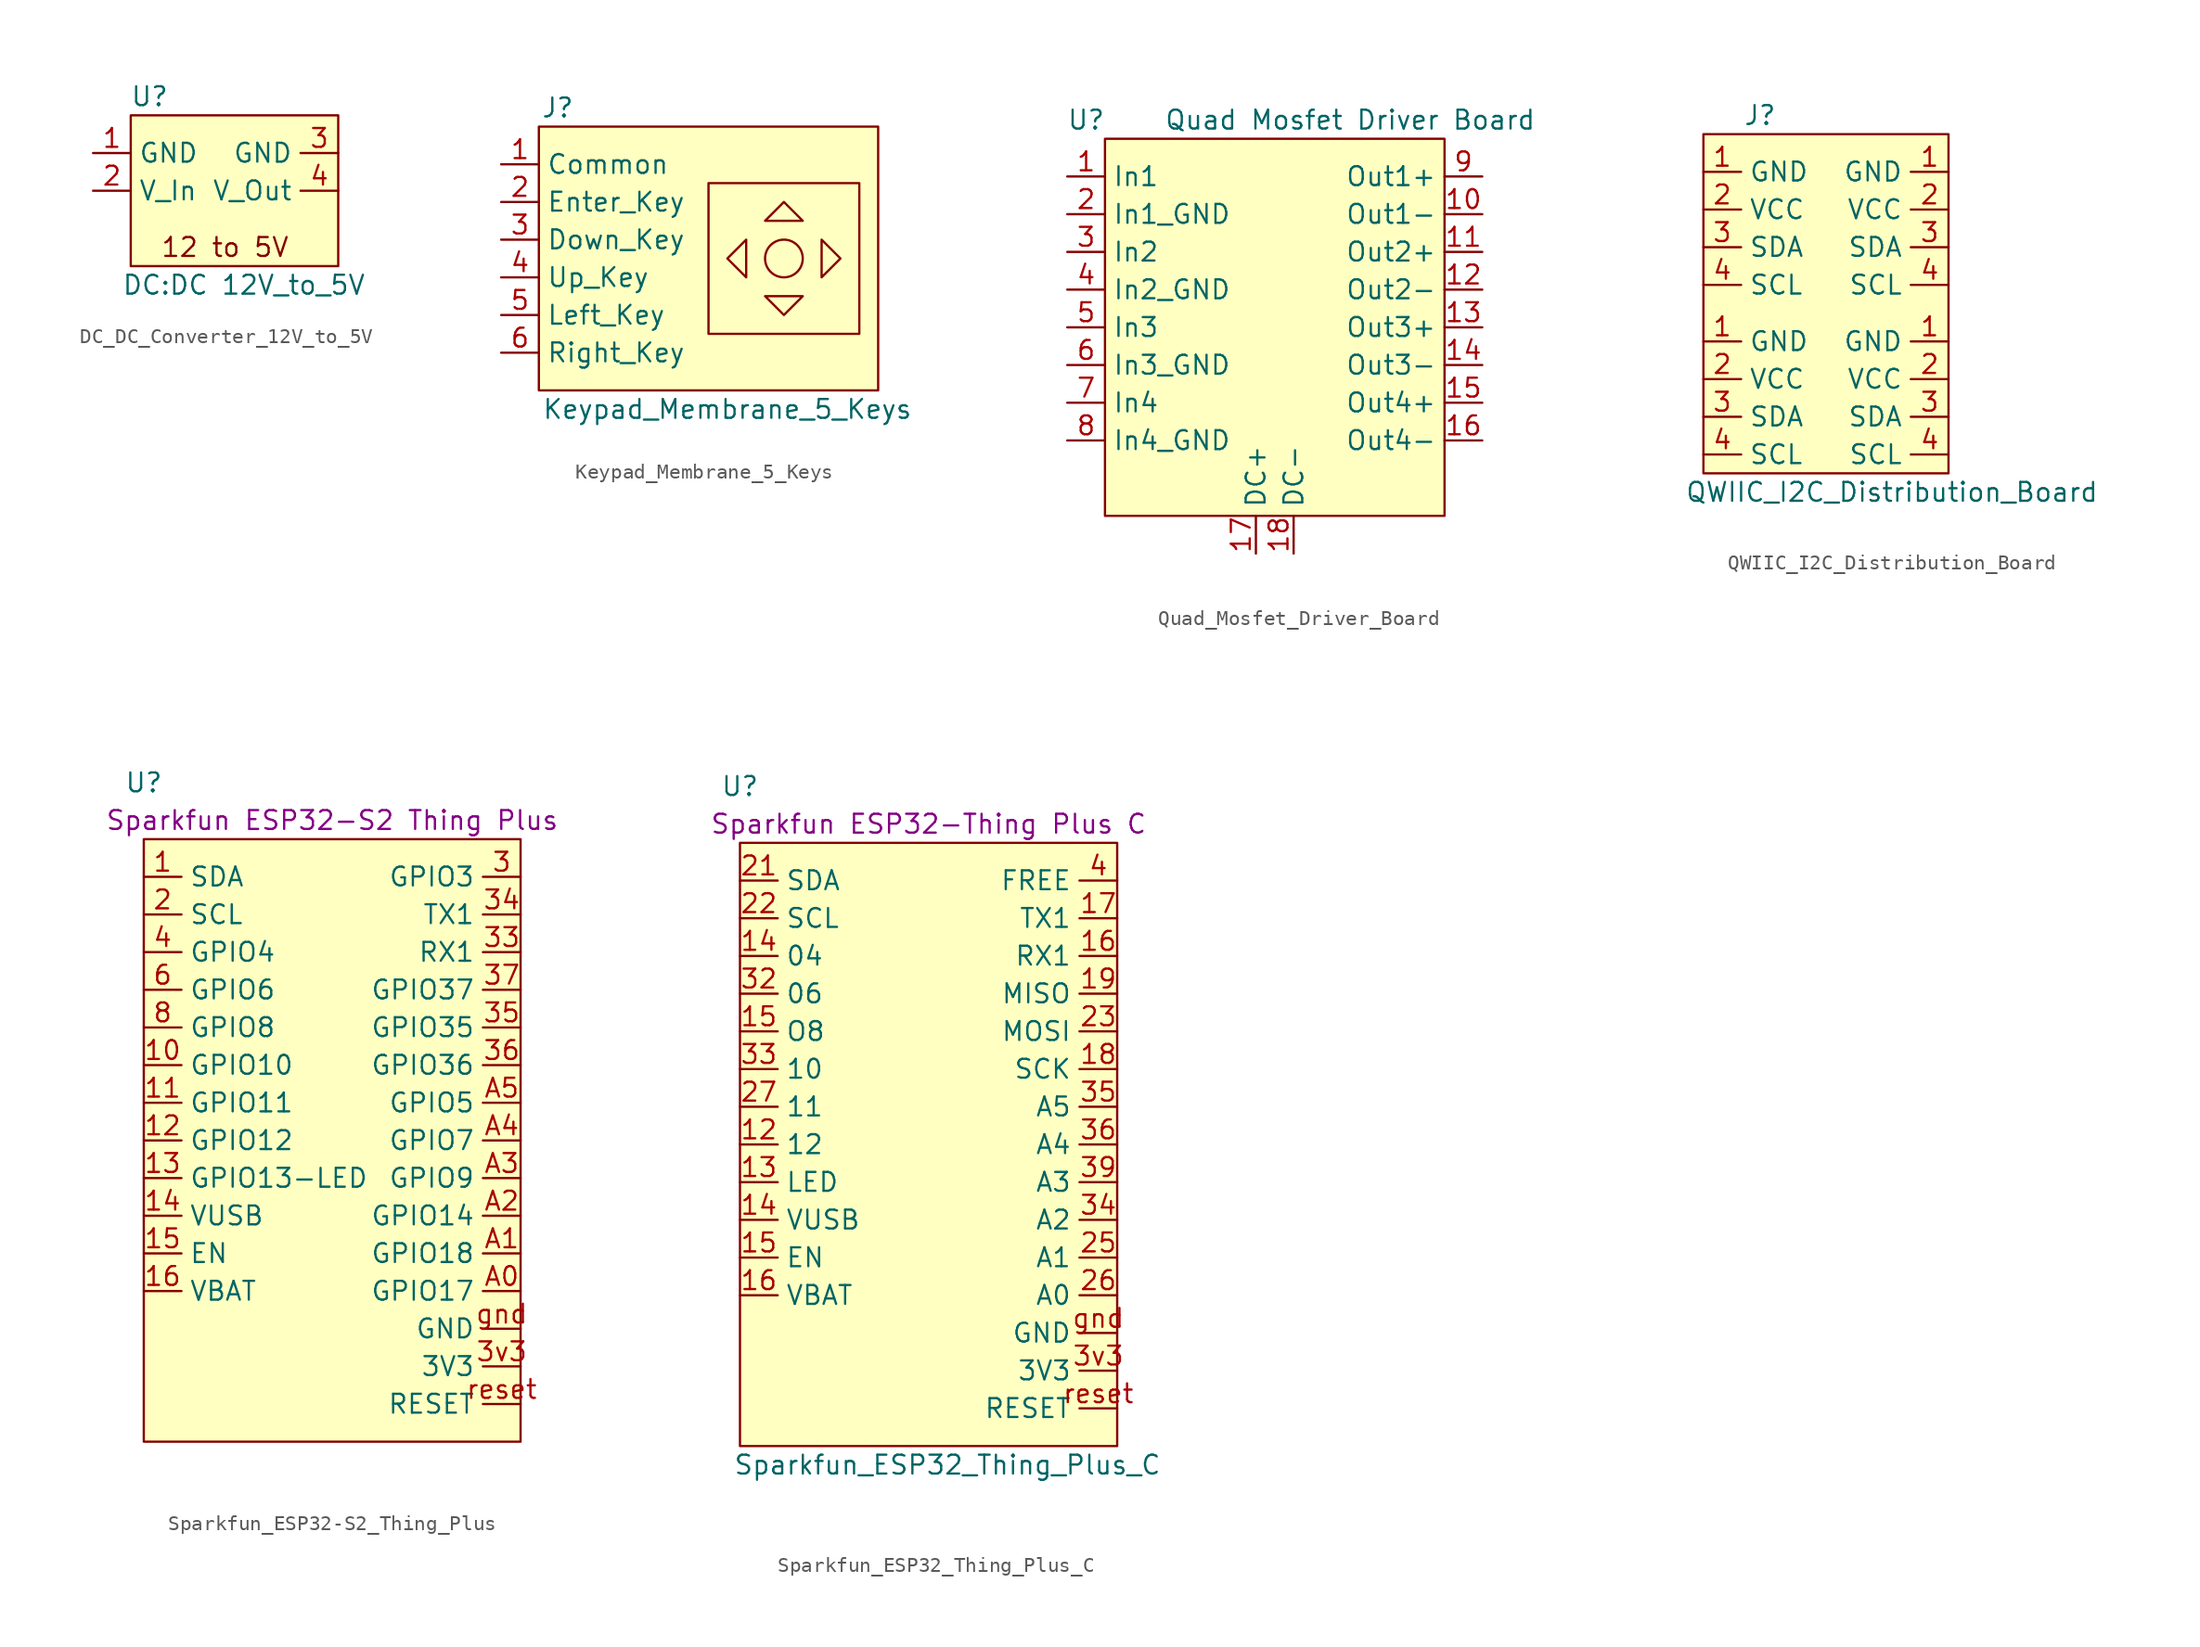
<source format=kicad_sym>
(kicad_symbol_lib
  (version 20220914)
  (generator kicad_symbol_editor)
  (symbol "DC_DC_Converter_12V_to_5V"
    (property "Reference" "U"
      (at 1.27 -1.27 0)
      (effects (font (size 1.27 1.27))))
    (property "Value" "DC:DC 12V_to_5V"
      (at 7.62 -13.97 0)
      (effects (font (size 1.27 1.27))))
    (symbol "DC_DC_Converter_12V_to_5V_1_1"
      (rectangle (start 0 -2.54) (end 13.97 -12.7) (stroke (width 0) (type default)) (fill (type background)))
      (text "12 to 5V" (at 6.35 -11.43 0) (effects (font (size 1.27 1.27))))
      (pin power_in line (at -2.54 -5.08 0) (length 2.54) (name "GND" (effects (font (size 1.27 1.27)))) (number "1" (effects (font (size 1.27 1.27)))))
      (pin power_in line (at -2.54 -7.62 0) (length 2.54) (name "V_In" (effects (font (size 1.27 1.27)))) (number "2" (effects (font (size 1.27 1.27)))))
      (pin power_out line (at 13.97 -5.08 180) (length 2.54) (name "GND" (effects (font (size 1.27 1.27)))) (number "3" (effects (font (size 1.27 1.27)))))
      (pin power_out line (at 13.97 -7.62 180) (length 2.54) (name "V_Out" (effects (font (size 1.27 1.27)))) (number "4" (effects (font (size 1.27 1.27)))))))
  (symbol "Keypad_Membrane_5_Keys"
    (property "Reference" "J"
      (at 1.27 -1.27 0)
      (effects (font (size 1.27 1.27))))
    (property "Value" "Keypad_Membrane_5_Keys"
      (at 12.7 -21.59 0)
      (effects (font (size 1.27 1.27))))
    (symbol "Keypad_Membrane_5_Keys_0_1"
      (polyline (pts (xy 13.97 -10.16) (xy 13.97 -12.7) (xy 12.7 -11.43) (xy 13.97 -10.16)) (stroke (width 0) (type default)) (fill (type none)))
      (polyline (pts (xy 15.24 -13.97) (xy 17.78 -13.97) (xy 16.51 -15.24) (xy 15.24 -13.97)) (stroke (width 0) (type default)) (fill (type none)))
      (polyline (pts (xy 15.24 -8.89) (xy 16.51 -7.62) (xy 17.78 -8.89) (xy 15.24 -8.89)) (stroke (width 0) (type default)) (fill (type none)))
      (polyline (pts (xy 19.05 -10.16) (xy 19.05 -12.7) (xy 20.32 -11.43) (xy 19.05 -10.16)) (stroke (width 0) (type default)) (fill (type none)))
      (rectangle (start 11.43 -6.35) (end 21.59 -16.51) (stroke (width 0) (type default)) (fill (type none)))
      (circle (center 16.51 -11.43) (radius 1.27) (stroke (width 0) (type default)) (fill (type none))))
    (symbol "Keypad_Membrane_5_Keys_1_1"
      (rectangle (start 0 -2.54) (end 22.86 -20.32) (stroke (width 0) (type default)) (fill (type background)))
      (pin input line (at -2.54 -5.08 0) (length 2.54) (name "Common" (effects (font (size 1.27 1.27)))) (number "1" (effects (font (size 1.27 1.27)))))
      (pin input line (at -2.54 -7.62 0) (length 2.54) (name "Enter_Key" (effects (font (size 1.27 1.27)))) (number "2" (effects (font (size 1.27 1.27)))))
      (pin input line (at -2.54 -10.16 0) (length 2.54) (name "Down_Key" (effects (font (size 1.27 1.27)))) (number "3" (effects (font (size 1.27 1.27)))))
      (pin input line (at -2.54 -12.7 0) (length 2.54) (name "Up_Key" (effects (font (size 1.27 1.27)))) (number "4" (effects (font (size 1.27 1.27)))))
      (pin input line (at -2.54 -15.24 0) (length 2.54) (name "Left_Key" (effects (font (size 1.27 1.27)))) (number "5" (effects (font (size 1.27 1.27)))))
      (pin input line (at -2.54 -17.78 0) (length 2.54) (name "Right_Key" (effects (font (size 1.27 1.27)))) (number "6" (effects (font (size 1.27 1.27)))))))
  (symbol "Quad_Mosfet_Driver_Board"
    (property "Reference" "U"
      (at -1.27 -1.27 0)
      (effects (font (size 1.27 1.27))))
    (property "Value" "Quad Mosfet Driver Board"
      (at 16.51 -1.27 0)
      (effects (font (size 1.27 1.27))))
    (symbol "Quad_Mosfet_Driver_Board_1_1"
      (rectangle (start 0 -2.54) (end 22.86 -27.94) (stroke (width 0) (type default)) (fill (type background)))
      (pin input line (at -2.54 -5.08 0) (length 2.54) (name "In1" (effects (font (size 1.27 1.27)))) (number "1" (effects (font (size 1.27 1.27)))))
      (pin output line (at 25.4 -7.62 180) (length 2.54) (name "Out1-" (effects (font (size 1.27 1.27)))) (number "10" (effects (font (size 1.27 1.27)))))
      (pin output line (at 25.4 -10.16 180) (length 2.54) (name "Out2+" (effects (font (size 1.27 1.27)))) (number "11" (effects (font (size 1.27 1.27)))))
      (pin output line (at 25.4 -12.7 180) (length 2.54) (name "Out2-" (effects (font (size 1.27 1.27)))) (number "12" (effects (font (size 1.27 1.27)))))
      (pin output line (at 25.4 -15.24 180) (length 2.54) (name "Out3+" (effects (font (size 1.27 1.27)))) (number "13" (effects (font (size 1.27 1.27)))))
      (pin output line (at 25.4 -17.78 180) (length 2.54) (name "Out3-" (effects (font (size 1.27 1.27)))) (number "14" (effects (font (size 1.27 1.27)))))
      (pin output line (at 25.4 -20.32 180) (length 2.54) (name "Out4+" (effects (font (size 1.27 1.27)))) (number "15" (effects (font (size 1.27 1.27)))))
      (pin output line (at 25.4 -22.86 180) (length 2.54) (name "Out4-" (effects (font (size 1.27 1.27)))) (number "16" (effects (font (size 1.27 1.27)))))
      (pin power_in line (at 10.16 -30.48 90) (length 2.54) (name "DC+" (effects (font (size 1.27 1.27)))) (number "17" (effects (font (size 1.27 1.27)))))
      (pin power_in line (at 12.7 -30.48 90) (length 2.54) (name "DC-" (effects (font (size 1.27 1.27)))) (number "18" (effects (font (size 1.27 1.27)))))
      (pin input line (at -2.54 -7.62 0) (length 2.54) (name "In1_GND" (effects (font (size 1.27 1.27)))) (number "2" (effects (font (size 1.27 1.27)))))
      (pin input line (at -2.54 -10.16 0) (length 2.54) (name "In2" (effects (font (size 1.27 1.27)))) (number "3" (effects (font (size 1.27 1.27)))))
      (pin input line (at -2.54 -12.7 0) (length 2.54) (name "In2_GND" (effects (font (size 1.27 1.27)))) (number "4" (effects (font (size 1.27 1.27)))))
      (pin input line (at -2.54 -15.24 0) (length 2.54) (name "In3" (effects (font (size 1.27 1.27)))) (number "5" (effects (font (size 1.27 1.27)))))
      (pin input line (at -2.54 -17.78 0) (length 2.54) (name "In3_GND" (effects (font (size 1.27 1.27)))) (number "6" (effects (font (size 1.27 1.27)))))
      (pin input line (at -2.54 -20.32 0) (length 2.54) (name "In4" (effects (font (size 1.27 1.27)))) (number "7" (effects (font (size 1.27 1.27)))))
      (pin input line (at -2.54 -22.86 0) (length 2.54) (name "In4_GND" (effects (font (size 1.27 1.27)))) (number "8" (effects (font (size 1.27 1.27)))))
      (pin output line (at 25.4 -5.08 180) (length 2.54) (name "Out1+" (effects (font (size 1.27 1.27)))) (number "9" (effects (font (size 1.27 1.27)))))))
  (symbol "QWIIC_I2C_Distribution_Board"
    (property "Reference" "J"
      (at 1.27 -1.27 0)
      (effects (font (size 1.27 1.27))))
    (property "Value" "QWIIC_I2C_Distribution_Board"
      (at 10.16 -26.67 0)
      (effects (font (size 1.27 1.27))))
    (symbol "QWIIC_I2C_Distribution_Board_1_1"
      (rectangle (start -2.54 -2.54) (end 13.97 -25.4) (stroke (width 0) (type default)) (fill (type background)))
      (pin input line (at -2.54 -16.51 0) (length 2.54) (name "GND" (effects (font (size 1.27 1.27)))) (number "1" (effects (font (size 1.27 1.27)))))
      (pin input line (at -2.54 -5.08 0) (length 2.54) (name "GND" (effects (font (size 1.27 1.27)))) (number "1" (effects (font (size 1.27 1.27)))))
      (pin input line (at 13.97 -16.51 180) (length 2.54) (name "GND" (effects (font (size 1.27 1.27)))) (number "1" (effects (font (size 1.27 1.27)))))
      (pin input line (at 13.97 -5.08 180) (length 2.54) (name "GND" (effects (font (size 1.27 1.27)))) (number "1" (effects (font (size 1.27 1.27)))))
      (pin input line (at -2.54 -19.05 0) (length 2.54) (name "VCC" (effects (font (size 1.27 1.27)))) (number "2" (effects (font (size 1.27 1.27)))))
      (pin input line (at -2.54 -7.62 0) (length 2.54) (name "VCC" (effects (font (size 1.27 1.27)))) (number "2" (effects (font (size 1.27 1.27)))))
      (pin input line (at 13.97 -19.05 180) (length 2.54) (name "VCC" (effects (font (size 1.27 1.27)))) (number "2" (effects (font (size 1.27 1.27)))))
      (pin input line (at 13.97 -7.62 180) (length 2.54) (name "VCC" (effects (font (size 1.27 1.27)))) (number "2" (effects (font (size 1.27 1.27)))))
      (pin input line (at -2.54 -21.59 0) (length 2.54) (name "SDA" (effects (font (size 1.27 1.27)))) (number "3" (effects (font (size 1.27 1.27)))))
      (pin input line (at -2.54 -10.16 0) (length 2.54) (name "SDA" (effects (font (size 1.27 1.27)))) (number "3" (effects (font (size 1.27 1.27)))))
      (pin input line (at 13.97 -21.59 180) (length 2.54) (name "SDA" (effects (font (size 1.27 1.27)))) (number "3" (effects (font (size 1.27 1.27)))))
      (pin input line (at 13.97 -10.16 180) (length 2.54) (name "SDA" (effects (font (size 1.27 1.27)))) (number "3" (effects (font (size 1.27 1.27)))))
      (pin input line (at -2.54 -24.13 0) (length 2.54) (name "SCL" (effects (font (size 1.27 1.27)))) (number "4" (effects (font (size 1.27 1.27)))))
      (pin input line (at -2.54 -12.7 0) (length 2.54) (name "SCL" (effects (font (size 1.27 1.27)))) (number "4" (effects (font (size 1.27 1.27)))))
      (pin input line (at 13.97 -24.13 180) (length 2.54) (name "SCL" (effects (font (size 1.27 1.27)))) (number "4" (effects (font (size 1.27 1.27)))))
      (pin input line (at 13.97 -12.7 180) (length 2.54) (name "SCL" (effects (font (size 1.27 1.27)))) (number "4" (effects (font (size 1.27 1.27)))))))
  (symbol "Sparkfun_ESP32-S2_Thing_Plus"
    (property "Reference" "U"
      (at 0 2.54 0)
      (effects (font (size 1.27 1.27))))
    (property "Value" ""
      (at 0 0 0)
      (effects (font (size 1.27 1.27))))
    (property "Description" "Sparkfun ESP32-S2 Thing Plus"
      (at 12.7 0 0)
      (effects (font (size 1.27 1.27))))
    (symbol "Sparkfun_ESP32-S2_Thing_Plus_1_1"
      (rectangle (start 0 -1.27) (end 25.4 -41.91) (stroke (width 0) (type default)) (fill (type background)))
      (pin input line (at 0 -3.81 0) (length 2.54) (name "SDA" (effects (font (size 1.27 1.27)))) (number "1" (effects (font (size 1.27 1.27)))))
      (pin input line (at 0 -16.51 0) (length 2.54) (name "GPIO10" (effects (font (size 1.27 1.27)))) (number "10" (effects (font (size 1.27 1.27)))))
      (pin input line (at 0 -19.05 0) (length 2.54) (name "GPIO11" (effects (font (size 1.27 1.27)))) (number "11" (effects (font (size 1.27 1.27)))))
      (pin input line (at 0 -21.59 0) (length 2.54) (name "GPIO12" (effects (font (size 1.27 1.27)))) (number "12" (effects (font (size 1.27 1.27)))))
      (pin input line (at 0 -24.13 0) (length 2.54) (name "GPIO13-LED" (effects (font (size 1.27 1.27)))) (number "13" (effects (font (size 1.27 1.27)))))
      (pin input line (at 0 -26.67 0) (length 2.54) (name "VUSB" (effects (font (size 1.27 1.27)))) (number "14" (effects (font (size 1.27 1.27)))))
      (pin input line (at 0 -29.21 0) (length 2.54) (name "EN" (effects (font (size 1.27 1.27)))) (number "15" (effects (font (size 1.27 1.27)))))
      (pin input line (at 0 -31.75 0) (length 2.54) (name "VBAT" (effects (font (size 1.27 1.27)))) (number "16" (effects (font (size 1.27 1.27)))))
      (pin input line (at 0 -6.35 0) (length 2.54) (name "SCL" (effects (font (size 1.27 1.27)))) (number "2" (effects (font (size 1.27 1.27)))))
      (pin input line (at 25.4 -3.81 180) (length 2.54) (name "GPIO3" (effects (font (size 1.27 1.27)))) (number "3" (effects (font (size 1.27 1.27)))))
      (pin input line (at 25.4 -8.89 180) (length 2.54) (name "RX1" (effects (font (size 1.27 1.27)))) (number "33" (effects (font (size 1.27 1.27)))))
      (pin input line (at 25.4 -6.35 180) (length 2.54) (name "TX1" (effects (font (size 1.27 1.27)))) (number "34" (effects (font (size 1.27 1.27)))))
      (pin input line (at 25.4 -13.97 180) (length 2.54) (name "GPIO35" (effects (font (size 1.27 1.27)))) (number "35" (effects (font (size 1.27 1.27)))))
      (pin input line (at 25.4 -16.51 180) (length 2.54) (name "GPIO36" (effects (font (size 1.27 1.27)))) (number "36" (effects (font (size 1.27 1.27)))))
      (pin input line (at 25.4 -11.43 180) (length 2.54) (name "GPIO37" (effects (font (size 1.27 1.27)))) (number "37" (effects (font (size 1.27 1.27)))))
      (pin input line (at 25.4 -36.83 180) (length 2.54) (name "3V3" (effects (font (size 1.27 1.27)))) (number "3v3" (effects (font (size 1.27 1.27)))))
      (pin input line (at 0 -8.89 0) (length 2.54) (name "GPIO4" (effects (font (size 1.27 1.27)))) (number "4" (effects (font (size 1.27 1.27)))))
      (pin input line (at 0 -11.43 0) (length 2.54) (name "GPIO6" (effects (font (size 1.27 1.27)))) (number "6" (effects (font (size 1.27 1.27)))))
      (pin input line (at 0 -13.97 0) (length 2.54) (name "GPIO8" (effects (font (size 1.27 1.27)))) (number "8" (effects (font (size 1.27 1.27)))))
      (pin input line (at 25.4 -31.75 180) (length 2.54) (name "GPIO17" (effects (font (size 1.27 1.27)))) (number "A0" (effects (font (size 1.27 1.27)))))
      (pin input line (at 25.4 -29.21 180) (length 2.54) (name "GPIO18" (effects (font (size 1.27 1.27)))) (number "A1" (effects (font (size 1.27 1.27)))))
      (pin input line (at 25.4 -26.67 180) (length 2.54) (name "GPIO14" (effects (font (size 1.27 1.27)))) (number "A2" (effects (font (size 1.27 1.27)))))
      (pin input line (at 25.4 -24.13 180) (length 2.54) (name "GPIO9" (effects (font (size 1.27 1.27)))) (number "A3" (effects (font (size 1.27 1.27)))))
      (pin input line (at 25.4 -21.59 180) (length 2.54) (name "GPIO7" (effects (font (size 1.27 1.27)))) (number "A4" (effects (font (size 1.27 1.27)))))
      (pin input line (at 25.4 -19.05 180) (length 2.54) (name "GPIO5" (effects (font (size 1.27 1.27)))) (number "A5" (effects (font (size 1.27 1.27)))))
      (pin input line (at 25.4 -34.29 180) (length 2.54) (name "GND" (effects (font (size 1.27 1.27)))) (number "gnd" (effects (font (size 1.27 1.27)))))
      (pin input line (at 25.4 -39.37 180) (length 2.54) (name "RESET" (effects (font (size 1.27 1.27)))) (number "reset" (effects (font (size 1.27 1.27)))))))
  (symbol "Sparkfun_ESP32_Thing_Plus_C"
    (property "Reference" "U"
      (at 0 2.54 0)
      (effects (font (size 1.27 1.27))))
    (property "Value" "Sparkfun_ESP32_Thing_Plus_C"
      (at 13.97 -43.18 0)
      (effects (font (size 1.27 1.27))))
    (property "Description" "Sparkfun ESP32-Thing Plus C"
      (at 12.7 0 0)
      (effects (font (size 1.27 1.27))))
    (symbol "Sparkfun_ESP32_Thing_Plus_C_1_1"
      (rectangle (start 0 -1.27) (end 25.4 -41.91) (stroke (width 0) (type default)) (fill (type background)))
      (pin input line (at 0 -21.59 0) (length 2.54) (name "12" (effects (font (size 1.27 1.27)))) (number "12" (effects (font (size 1.27 1.27)))))
      (pin input line (at 0 -24.13 0) (length 2.54) (name "LED" (effects (font (size 1.27 1.27)))) (number "13" (effects (font (size 1.27 1.27)))))
      (pin input line (at 0 -8.89 0) (length 2.54) (name "04" (effects (font (size 1.27 1.27)))) (number "14" (effects (font (size 1.27 1.27)))))
      (pin input line (at 0 -26.67 0) (length 2.54) (name "VUSB" (effects (font (size 1.27 1.27)))) (number "14" (effects (font (size 1.27 1.27)))))
      (pin input line (at 0 -29.21 0) (length 2.54) (name "EN" (effects (font (size 1.27 1.27)))) (number "15" (effects (font (size 1.27 1.27)))))
      (pin input line (at 0 -13.97 0) (length 2.54) (name "O8" (effects (font (size 1.27 1.27)))) (number "15" (effects (font (size 1.27 1.27)))))
      (pin input line (at 25.4 -8.89 180) (length 2.54) (name "RX1" (effects (font (size 1.27 1.27)))) (number "16" (effects (font (size 1.27 1.27)))))
      (pin input line (at 0 -31.75 0) (length 2.54) (name "VBAT" (effects (font (size 1.27 1.27)))) (number "16" (effects (font (size 1.27 1.27)))))
      (pin input line (at 25.4 -6.35 180) (length 2.54) (name "TX1" (effects (font (size 1.27 1.27)))) (number "17" (effects (font (size 1.27 1.27)))))
      (pin input line (at 25.4 -16.51 180) (length 2.54) (name "SCK" (effects (font (size 1.27 1.27)))) (number "18" (effects (font (size 1.27 1.27)))))
      (pin input line (at 25.4 -11.43 180) (length 2.54) (name "MISO" (effects (font (size 1.27 1.27)))) (number "19" (effects (font (size 1.27 1.27)))))
      (pin input line (at 0 -3.81 0) (length 2.54) (name "SDA" (effects (font (size 1.27 1.27)))) (number "21" (effects (font (size 1.27 1.27)))))
      (pin input line (at 0 -6.35 0) (length 2.54) (name "SCL" (effects (font (size 1.27 1.27)))) (number "22" (effects (font (size 1.27 1.27)))))
      (pin input line (at 25.4 -13.97 180) (length 2.54) (name "MOSI" (effects (font (size 1.27 1.27)))) (number "23" (effects (font (size 1.27 1.27)))))
      (pin input line (at 25.4 -29.21 180) (length 2.54) (name "A1" (effects (font (size 1.27 1.27)))) (number "25" (effects (font (size 1.27 1.27)))))
      (pin input line (at 25.4 -31.75 180) (length 2.54) (name "A0" (effects (font (size 1.27 1.27)))) (number "26" (effects (font (size 1.27 1.27)))))
      (pin input line (at 0 -19.05 0) (length 2.54) (name "11" (effects (font (size 1.27 1.27)))) (number "27" (effects (font (size 1.27 1.27)))))
      (pin input line (at 0 -11.43 0) (length 2.54) (name "06" (effects (font (size 1.27 1.27)))) (number "32" (effects (font (size 1.27 1.27)))))
      (pin input line (at 0 -16.51 0) (length 2.54) (name "10" (effects (font (size 1.27 1.27)))) (number "33" (effects (font (size 1.27 1.27)))))
      (pin input line (at 25.4 -26.67 180) (length 2.54) (name "A2" (effects (font (size 1.27 1.27)))) (number "34" (effects (font (size 1.27 1.27)))))
      (pin input line (at 25.4 -19.05 180) (length 2.54) (name "A5" (effects (font (size 1.27 1.27)))) (number "35" (effects (font (size 1.27 1.27)))))
      (pin input line (at 25.4 -21.59 180) (length 2.54) (name "A4" (effects (font (size 1.27 1.27)))) (number "36" (effects (font (size 1.27 1.27)))))
      (pin input line (at 25.4 -24.13 180) (length 2.54) (name "A3" (effects (font (size 1.27 1.27)))) (number "39" (effects (font (size 1.27 1.27)))))
      (pin input line (at 25.4 -36.83 180) (length 2.54) (name "3V3" (effects (font (size 1.27 1.27)))) (number "3v3" (effects (font (size 1.27 1.27)))))
      (pin input line (at 25.4 -3.81 180) (length 2.54) (name "FREE" (effects (font (size 1.27 1.27)))) (number "4" (effects (font (size 1.27 1.27)))))
      (pin input line (at 25.4 -34.29 180) (length 2.54) (name "GND" (effects (font (size 1.27 1.27)))) (number "gnd" (effects (font (size 1.27 1.27)))))
      (pin input line (at 25.4 -39.37 180) (length 2.54) (name "RESET" (effects (font (size 1.27 1.27)))) (number "reset" (effects (font (size 1.27 1.27))))))))
</source>
